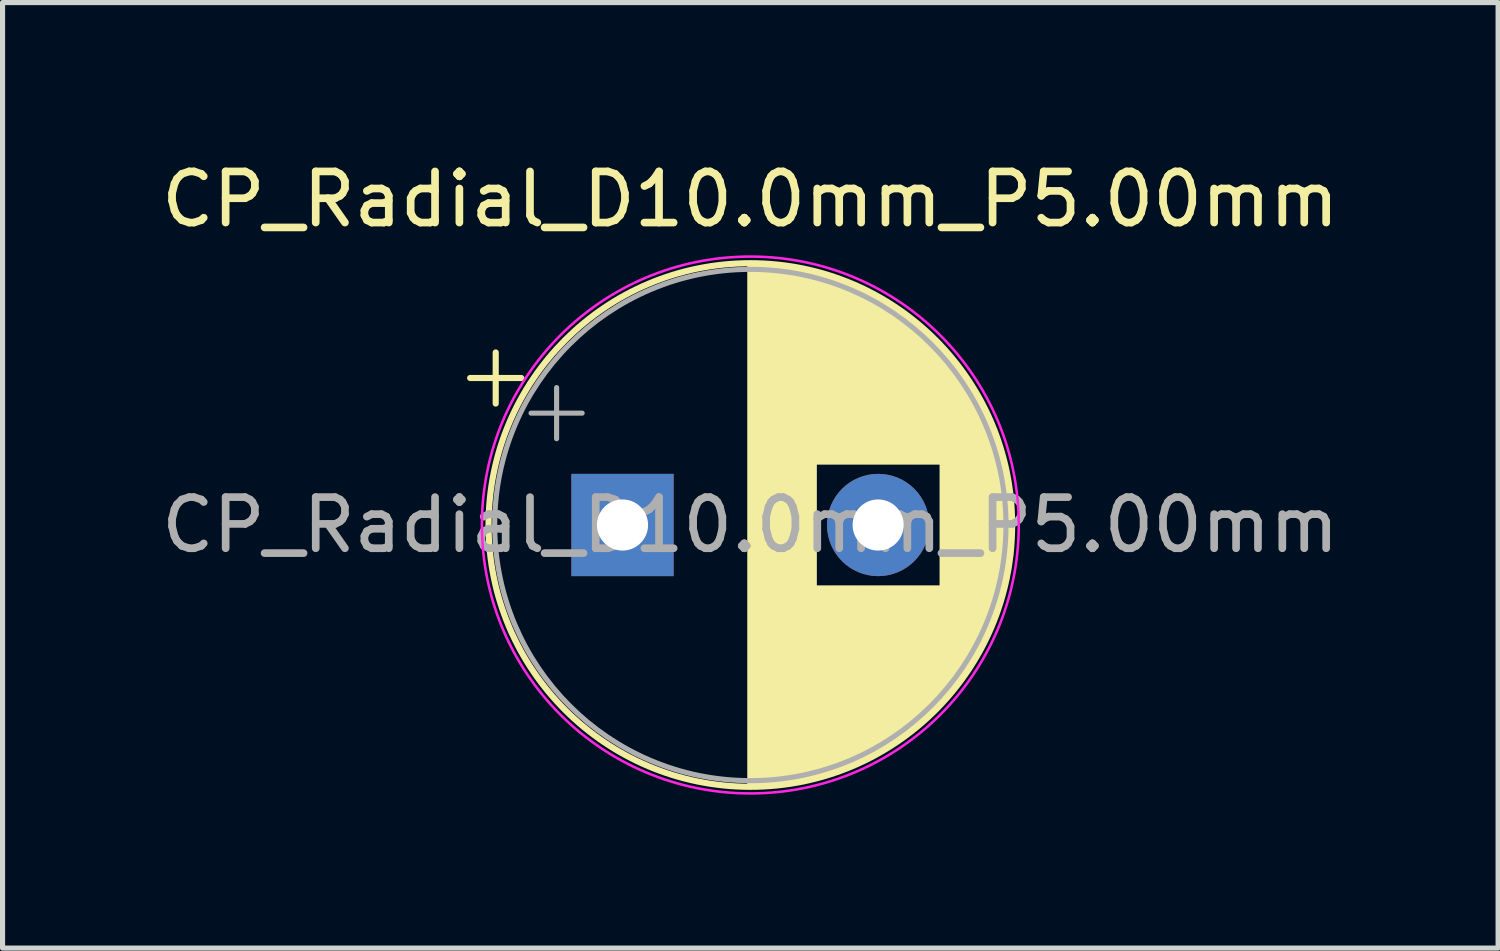
<source format=kicad_pcb>
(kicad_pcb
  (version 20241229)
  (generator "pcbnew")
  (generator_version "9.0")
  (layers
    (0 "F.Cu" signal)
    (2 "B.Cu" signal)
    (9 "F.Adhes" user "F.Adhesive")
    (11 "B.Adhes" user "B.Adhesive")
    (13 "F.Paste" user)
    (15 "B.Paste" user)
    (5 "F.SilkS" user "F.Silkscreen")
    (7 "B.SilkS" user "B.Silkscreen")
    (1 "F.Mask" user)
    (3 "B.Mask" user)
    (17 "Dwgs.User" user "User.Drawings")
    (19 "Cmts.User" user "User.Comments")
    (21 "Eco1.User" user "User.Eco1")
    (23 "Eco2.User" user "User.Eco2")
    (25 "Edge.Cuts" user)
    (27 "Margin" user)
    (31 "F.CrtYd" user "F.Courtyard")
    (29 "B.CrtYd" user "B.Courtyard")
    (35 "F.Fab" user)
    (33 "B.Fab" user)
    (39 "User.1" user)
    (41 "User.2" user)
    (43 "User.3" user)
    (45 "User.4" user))
  (footprint "CP_Radial_D10.0mm_P5.00mm"
    (layer "F.Cu")
    (at 9.125 7.218)
    (property "Reference" "CP_Radial_D10.0mm_P5.00mm" (at 2.5 -6.37 0) (layer "F.SilkS") (effects (font (size 1 1) (thickness 0.15))))
    (attr through_hole)
    (fp_line (start -2.98 -2.875) (end -1.98 -2.875) (stroke (width 0.12) (type solid)) (layer "F.SilkS"))
    (fp_line (start -2.48 -3.375) (end -2.48 -2.375) (stroke (width 0.12) (type solid)) (layer "F.SilkS"))
    (fp_line (start 2.5 -5.08) (end 2.5 5.08) (stroke (width 0.12) (type solid)) (layer "F.SilkS"))
    (fp_line (start 2.54 -5.08) (end 2.54 5.08) (stroke (width 0.12) (type solid)) (layer "F.SilkS"))
    (fp_line (start 2.58 -5.08) (end 2.58 5.08) (stroke (width 0.12) (type solid)) (layer "F.SilkS"))
    (fp_line (start 2.62 -5.079) (end 2.62 5.079) (stroke (width 0.12) (type solid)) (layer "F.SilkS"))
    (fp_line (start 2.66 -5.078) (end 2.66 5.078) (stroke (width 0.12) (type solid)) (layer "F.SilkS"))
    (fp_line (start 2.7 -5.077) (end 2.7 5.077) (stroke (width 0.12) (type solid)) (layer "F.SilkS"))
    (fp_line (start 2.74 -5.075) (end 2.74 5.075) (stroke (width 0.12) (type solid)) (layer "F.SilkS"))
    (fp_line (start 2.78 -5.073) (end 2.78 5.073) (stroke (width 0.12) (type solid)) (layer "F.SilkS"))
    (fp_line (start 2.82 -5.07) (end 2.82 5.07) (stroke (width 0.12) (type solid)) (layer "F.SilkS"))
    (fp_line (start 2.86 -5.068) (end 2.86 5.068) (stroke (width 0.12) (type solid)) (layer "F.SilkS"))
    (fp_line (start 2.9 -5.065) (end 2.9 5.065) (stroke (width 0.12) (type solid)) (layer "F.SilkS"))
    (fp_line (start 2.94 -5.062) (end 2.94 5.062) (stroke (width 0.12) (type solid)) (layer "F.SilkS"))
    (fp_line (start 2.98 -5.058) (end 2.98 5.058) (stroke (width 0.12) (type solid)) (layer "F.SilkS"))
    (fp_line (start 3.02 -5.054) (end 3.02 5.054) (stroke (width 0.12) (type solid)) (layer "F.SilkS"))
    (fp_line (start 3.06 -5.05) (end 3.06 5.05) (stroke (width 0.12) (type solid)) (layer "F.SilkS"))
    (fp_line (start 3.1 -5.045) (end 3.1 5.045) (stroke (width 0.12) (type solid)) (layer "F.SilkS"))
    (fp_line (start 3.14 -5.04) (end 3.14 5.04) (stroke (width 0.12) (type solid)) (layer "F.SilkS"))
    (fp_line (start 3.18 -5.035) (end 3.18 5.035) (stroke (width 0.12) (type solid)) (layer "F.SilkS"))
    (fp_line (start 3.221 -5.03) (end 3.221 5.03) (stroke (width 0.12) (type solid)) (layer "F.SilkS"))
    (fp_line (start 3.261 -5.024) (end 3.261 5.024) (stroke (width 0.12) (type solid)) (layer "F.SilkS"))
    (fp_line (start 3.301 -5.018) (end 3.301 5.018) (stroke (width 0.12) (type solid)) (layer "F.SilkS"))
    (fp_line (start 3.341 -5.011) (end 3.341 5.011) (stroke (width 0.12) (type solid)) (layer "F.SilkS"))
    (fp_line (start 3.381 -5.004) (end 3.381 5.004) (stroke (width 0.12) (type solid)) (layer "F.SilkS"))
    (fp_line (start 3.421 -4.997) (end 3.421 4.997) (stroke (width 0.12) (type solid)) (layer "F.SilkS"))
    (fp_line (start 3.461 -4.99) (end 3.461 4.99) (stroke (width 0.12) (type solid)) (layer "F.SilkS"))
    (fp_line (start 3.501 -4.982) (end 3.501 4.982) (stroke (width 0.12) (type solid)) (layer "F.SilkS"))
    (fp_line (start 3.541 -4.974) (end 3.541 4.974) (stroke (width 0.12) (type solid)) (layer "F.SilkS"))
    (fp_line (start 3.581 -4.965) (end 3.581 4.965) (stroke (width 0.12) (type solid)) (layer "F.SilkS"))
    (fp_line (start 3.621 -4.956) (end 3.621 4.956) (stroke (width 0.12) (type solid)) (layer "F.SilkS"))
    (fp_line (start 3.661 -4.947) (end 3.661 4.947) (stroke (width 0.12) (type solid)) (layer "F.SilkS"))
    (fp_line (start 3.701 -4.938) (end 3.701 4.938) (stroke (width 0.12) (type solid)) (layer "F.SilkS"))
    (fp_line (start 3.741 -4.928) (end 3.741 4.928) (stroke (width 0.12) (type solid)) (layer "F.SilkS"))
    (fp_line (start 3.781 -4.918) (end 3.781 -1.241) (stroke (width 0.12) (type solid)) (layer "F.SilkS"))
    (fp_line (start 3.781 1.241) (end 3.781 4.918) (stroke (width 0.12) (type solid)) (layer "F.SilkS"))
    (fp_line (start 3.821 -4.907) (end 3.821 -1.241) (stroke (width 0.12) (type solid)) (layer "F.SilkS"))
    (fp_line (start 3.821 1.241) (end 3.821 4.907) (stroke (width 0.12) (type solid)) (layer "F.SilkS"))
    (fp_line (start 3.861 -4.897) (end 3.861 -1.241) (stroke (width 0.12) (type solid)) (layer "F.SilkS"))
    (fp_line (start 3.861 1.241) (end 3.861 4.897) (stroke (width 0.12) (type solid)) (layer "F.SilkS"))
    (fp_line (start 3.901 -4.885) (end 3.901 -1.241) (stroke (width 0.12) (type solid)) (layer "F.SilkS"))
    (fp_line (start 3.901 1.241) (end 3.901 4.885) (stroke (width 0.12) (type solid)) (layer "F.SilkS"))
    (fp_line (start 3.941 -4.874) (end 3.941 -1.241) (stroke (width 0.12) (type solid)) (layer "F.SilkS"))
    (fp_line (start 3.941 1.241) (end 3.941 4.874) (stroke (width 0.12) (type solid)) (layer "F.SilkS"))
    (fp_line (start 3.981 -4.862) (end 3.981 -1.241) (stroke (width 0.12) (type solid)) (layer "F.SilkS"))
    (fp_line (start 3.981 1.241) (end 3.981 4.862) (stroke (width 0.12) (type solid)) (layer "F.SilkS"))
    (fp_line (start 4.021 -4.85) (end 4.021 -1.241) (stroke (width 0.12) (type solid)) (layer "F.SilkS"))
    (fp_line (start 4.021 1.241) (end 4.021 4.85) (stroke (width 0.12) (type solid)) (layer "F.SilkS"))
    (fp_line (start 4.061 -4.837) (end 4.061 -1.241) (stroke (width 0.12) (type solid)) (layer "F.SilkS"))
    (fp_line (start 4.061 1.241) (end 4.061 4.837) (stroke (width 0.12) (type solid)) (layer "F.SilkS"))
    (fp_line (start 4.101 -4.824) (end 4.101 -1.241) (stroke (width 0.12) (type solid)) (layer "F.SilkS"))
    (fp_line (start 4.101 1.241) (end 4.101 4.824) (stroke (width 0.12) (type solid)) (layer "F.SilkS"))
    (fp_line (start 4.141 -4.811) (end 4.141 -1.241) (stroke (width 0.12) (type solid)) (layer "F.SilkS"))
    (fp_line (start 4.141 1.241) (end 4.141 4.811) (stroke (width 0.12) (type solid)) (layer "F.SilkS"))
    (fp_line (start 4.181 -4.797) (end 4.181 -1.241) (stroke (width 0.12) (type solid)) (layer "F.SilkS"))
    (fp_line (start 4.181 1.241) (end 4.181 4.797) (stroke (width 0.12) (type solid)) (layer "F.SilkS"))
    (fp_line (start 4.221 -4.783) (end 4.221 -1.241) (stroke (width 0.12) (type solid)) (layer "F.SilkS"))
    (fp_line (start 4.221 1.241) (end 4.221 4.783) (stroke (width 0.12) (type solid)) (layer "F.SilkS"))
    (fp_line (start 4.261 -4.768) (end 4.261 -1.241) (stroke (width 0.12) (type solid)) (layer "F.SilkS"))
    (fp_line (start 4.261 1.241) (end 4.261 4.768) (stroke (width 0.12) (type solid)) (layer "F.SilkS"))
    (fp_line (start 4.301 -4.754) (end 4.301 -1.241) (stroke (width 0.12) (type solid)) (layer "F.SilkS"))
    (fp_line (start 4.301 1.241) (end 4.301 4.754) (stroke (width 0.12) (type solid)) (layer "F.SilkS"))
    (fp_line (start 4.341 -4.738) (end 4.341 -1.241) (stroke (width 0.12) (type solid)) (layer "F.SilkS"))
    (fp_line (start 4.341 1.241) (end 4.341 4.738) (stroke (width 0.12) (type solid)) (layer "F.SilkS"))
    (fp_line (start 4.381 -4.723) (end 4.381 -1.241) (stroke (width 0.12) (type solid)) (layer "F.SilkS"))
    (fp_line (start 4.381 1.241) (end 4.381 4.723) (stroke (width 0.12) (type solid)) (layer "F.SilkS"))
    (fp_line (start 4.421 -4.707) (end 4.421 -1.241) (stroke (width 0.12) (type solid)) (layer "F.SilkS"))
    (fp_line (start 4.421 1.241) (end 4.421 4.707) (stroke (width 0.12) (type solid)) (layer "F.SilkS"))
    (fp_line (start 4.461 -4.69) (end 4.461 -1.241) (stroke (width 0.12) (type solid)) (layer "F.SilkS"))
    (fp_line (start 4.461 1.241) (end 4.461 4.69) (stroke (width 0.12) (type solid)) (layer "F.SilkS"))
    (fp_line (start 4.501 -4.674) (end 4.501 -1.241) (stroke (width 0.12) (type solid)) (layer "F.SilkS"))
    (fp_line (start 4.501 1.241) (end 4.501 4.674) (stroke (width 0.12) (type solid)) (layer "F.SilkS"))
    (fp_line (start 4.541 -4.657) (end 4.541 -1.241) (stroke (width 0.12) (type solid)) (layer "F.SilkS"))
    (fp_line (start 4.541 1.241) (end 4.541 4.657) (stroke (width 0.12) (type solid)) (layer "F.SilkS"))
    (fp_line (start 4.581 -4.639) (end 4.581 -1.241) (stroke (width 0.12) (type solid)) (layer "F.SilkS"))
    (fp_line (start 4.581 1.241) (end 4.581 4.639) (stroke (width 0.12) (type solid)) (layer "F.SilkS"))
    (fp_line (start 4.621 -4.621) (end 4.621 -1.241) (stroke (width 0.12) (type solid)) (layer "F.SilkS"))
    (fp_line (start 4.621 1.241) (end 4.621 4.621) (stroke (width 0.12) (type solid)) (layer "F.SilkS"))
    (fp_line (start 4.661 -4.603) (end 4.661 -1.241) (stroke (width 0.12) (type solid)) (layer "F.SilkS"))
    (fp_line (start 4.661 1.241) (end 4.661 4.603) (stroke (width 0.12) (type solid)) (layer "F.SilkS"))
    (fp_line (start 4.701 -4.584) (end 4.701 -1.241) (stroke (width 0.12) (type solid)) (layer "F.SilkS"))
    (fp_line (start 4.701 1.241) (end 4.701 4.584) (stroke (width 0.12) (type solid)) (layer "F.SilkS"))
    (fp_line (start 4.741 -4.564) (end 4.741 -1.241) (stroke (width 0.12) (type solid)) (layer "F.SilkS"))
    (fp_line (start 4.741 1.241) (end 4.741 4.564) (stroke (width 0.12) (type solid)) (layer "F.SilkS"))
    (fp_line (start 4.781 -4.545) (end 4.781 -1.241) (stroke (width 0.12) (type solid)) (layer "F.SilkS"))
    (fp_line (start 4.781 1.241) (end 4.781 4.545) (stroke (width 0.12) (type solid)) (layer "F.SilkS"))
    (fp_line (start 4.821 -4.525) (end 4.821 -1.241) (stroke (width 0.12) (type solid)) (layer "F.SilkS"))
    (fp_line (start 4.821 1.241) (end 4.821 4.525) (stroke (width 0.12) (type solid)) (layer "F.SilkS"))
    (fp_line (start 4.861 -4.504) (end 4.861 -1.241) (stroke (width 0.12) (type solid)) (layer "F.SilkS"))
    (fp_line (start 4.861 1.241) (end 4.861 4.504) (stroke (width 0.12) (type solid)) (layer "F.SilkS"))
    (fp_line (start 4.901 -4.483) (end 4.901 -1.241) (stroke (width 0.12) (type solid)) (layer "F.SilkS"))
    (fp_line (start 4.901 1.241) (end 4.901 4.483) (stroke (width 0.12) (type solid)) (layer "F.SilkS"))
    (fp_line (start 4.941 -4.462) (end 4.941 -1.241) (stroke (width 0.12) (type solid)) (layer "F.SilkS"))
    (fp_line (start 4.941 1.241) (end 4.941 4.462) (stroke (width 0.12) (type solid)) (layer "F.SilkS"))
    (fp_line (start 4.981 -4.44) (end 4.981 -1.241) (stroke (width 0.12) (type solid)) (layer "F.SilkS"))
    (fp_line (start 4.981 1.241) (end 4.981 4.44) (stroke (width 0.12) (type solid)) (layer "F.SilkS"))
    (fp_line (start 5.021 -4.417) (end 5.021 -1.241) (stroke (width 0.12) (type solid)) (layer "F.SilkS"))
    (fp_line (start 5.021 1.241) (end 5.021 4.417) (stroke (width 0.12) (type solid)) (layer "F.SilkS"))
    (fp_line (start 5.061 -4.395) (end 5.061 -1.241) (stroke (width 0.12) (type solid)) (layer "F.SilkS"))
    (fp_line (start 5.061 1.241) (end 5.061 4.395) (stroke (width 0.12) (type solid)) (layer "F.SilkS"))
    (fp_line (start 5.101 -4.371) (end 5.101 -1.241) (stroke (width 0.12) (type solid)) (layer "F.SilkS"))
    (fp_line (start 5.101 1.241) (end 5.101 4.371) (stroke (width 0.12) (type solid)) (layer "F.SilkS"))
    (fp_line (start 5.141 -4.347) (end 5.141 -1.241) (stroke (width 0.12) (type solid)) (layer "F.SilkS"))
    (fp_line (start 5.141 1.241) (end 5.141 4.347) (stroke (width 0.12) (type solid)) (layer "F.SilkS"))
    (fp_line (start 5.181 -4.323) (end 5.181 -1.241) (stroke (width 0.12) (type solid)) (layer "F.SilkS"))
    (fp_line (start 5.181 1.241) (end 5.181 4.323) (stroke (width 0.12) (type solid)) (layer "F.SilkS"))
    (fp_line (start 5.221 -4.298) (end 5.221 -1.241) (stroke (width 0.12) (type solid)) (layer "F.SilkS"))
    (fp_line (start 5.221 1.241) (end 5.221 4.298) (stroke (width 0.12) (type solid)) (layer "F.SilkS"))
    (fp_line (start 5.261 -4.273) (end 5.261 -1.241) (stroke (width 0.12) (type solid)) (layer "F.SilkS"))
    (fp_line (start 5.261 1.241) (end 5.261 4.273) (stroke (width 0.12) (type solid)) (layer "F.SilkS"))
    (fp_line (start 5.301 -4.247) (end 5.301 -1.241) (stroke (width 0.12) (type solid)) (layer "F.SilkS"))
    (fp_line (start 5.301 1.241) (end 5.301 4.247) (stroke (width 0.12) (type solid)) (layer "F.SilkS"))
    (fp_line (start 5.341 -4.221) (end 5.341 -1.241) (stroke (width 0.12) (type solid)) (layer "F.SilkS"))
    (fp_line (start 5.341 1.241) (end 5.341 4.221) (stroke (width 0.12) (type solid)) (layer "F.SilkS"))
    (fp_line (start 5.381 -4.194) (end 5.381 -1.241) (stroke (width 0.12) (type solid)) (layer "F.SilkS"))
    (fp_line (start 5.381 1.241) (end 5.381 4.194) (stroke (width 0.12) (type solid)) (layer "F.SilkS"))
    (fp_line (start 5.421 -4.166) (end 5.421 -1.241) (stroke (width 0.12) (type solid)) (layer "F.SilkS"))
    (fp_line (start 5.421 1.241) (end 5.421 4.166) (stroke (width 0.12) (type solid)) (layer "F.SilkS"))
    (fp_line (start 5.461 -4.138) (end 5.461 -1.241) (stroke (width 0.12) (type solid)) (layer "F.SilkS"))
    (fp_line (start 5.461 1.241) (end 5.461 4.138) (stroke (width 0.12) (type solid)) (layer "F.SilkS"))
    (fp_line (start 5.501 -4.11) (end 5.501 -1.241) (stroke (width 0.12) (type solid)) (layer "F.SilkS"))
    (fp_line (start 5.501 1.241) (end 5.501 4.11) (stroke (width 0.12) (type solid)) (layer "F.SilkS"))
    (fp_line (start 5.541 -4.08) (end 5.541 -1.241) (stroke (width 0.12) (type solid)) (layer "F.SilkS"))
    (fp_line (start 5.541 1.241) (end 5.541 4.08) (stroke (width 0.12) (type solid)) (layer "F.SilkS"))
    (fp_line (start 5.581 -4.05) (end 5.581 -1.241) (stroke (width 0.12) (type solid)) (layer "F.SilkS"))
    (fp_line (start 5.581 1.241) (end 5.581 4.05) (stroke (width 0.12) (type solid)) (layer "F.SilkS"))
    (fp_line (start 5.621 -4.02) (end 5.621 -1.241) (stroke (width 0.12) (type solid)) (layer "F.SilkS"))
    (fp_line (start 5.621 1.241) (end 5.621 4.02) (stroke (width 0.12) (type solid)) (layer "F.SilkS"))
    (fp_line (start 5.661 -3.989) (end 5.661 -1.241) (stroke (width 0.12) (type solid)) (layer "F.SilkS"))
    (fp_line (start 5.661 1.241) (end 5.661 3.989) (stroke (width 0.12) (type solid)) (layer "F.SilkS"))
    (fp_line (start 5.701 -3.957) (end 5.701 -1.241) (stroke (width 0.12) (type solid)) (layer "F.SilkS"))
    (fp_line (start 5.701 1.241) (end 5.701 3.957) (stroke (width 0.12) (type solid)) (layer "F.SilkS"))
    (fp_line (start 5.741 -3.925) (end 5.741 -1.241) (stroke (width 0.12) (type solid)) (layer "F.SilkS"))
    (fp_line (start 5.741 1.241) (end 5.741 3.925) (stroke (width 0.12) (type solid)) (layer "F.SilkS"))
    (fp_line (start 5.781 -3.892) (end 5.781 -1.241) (stroke (width 0.12) (type solid)) (layer "F.SilkS"))
    (fp_line (start 5.781 1.241) (end 5.781 3.892) (stroke (width 0.12) (type solid)) (layer "F.SilkS"))
    (fp_line (start 5.821 -3.858) (end 5.821 -1.241) (stroke (width 0.12) (type solid)) (layer "F.SilkS"))
    (fp_line (start 5.821 1.241) (end 5.821 3.858) (stroke (width 0.12) (type solid)) (layer "F.SilkS"))
    (fp_line (start 5.861 -3.824) (end 5.861 -1.241) (stroke (width 0.12) (type solid)) (layer "F.SilkS"))
    (fp_line (start 5.861 1.241) (end 5.861 3.824) (stroke (width 0.12) (type solid)) (layer "F.SilkS"))
    (fp_line (start 5.901 -3.789) (end 5.901 -1.241) (stroke (width 0.12) (type solid)) (layer "F.SilkS"))
    (fp_line (start 5.901 1.241) (end 5.901 3.789) (stroke (width 0.12) (type solid)) (layer "F.SilkS"))
    (fp_line (start 5.941 -3.753) (end 5.941 -1.241) (stroke (width 0.12) (type solid)) (layer "F.SilkS"))
    (fp_line (start 5.941 1.241) (end 5.941 3.753) (stroke (width 0.12) (type solid)) (layer "F.SilkS"))
    (fp_line (start 5.981 -3.716) (end 5.981 -1.241) (stroke (width 0.12) (type solid)) (layer "F.SilkS"))
    (fp_line (start 5.981 1.241) (end 5.981 3.716) (stroke (width 0.12) (type solid)) (layer "F.SilkS"))
    (fp_line (start 6.021 -3.679) (end 6.021 -1.241) (stroke (width 0.12) (type solid)) (layer "F.SilkS"))
    (fp_line (start 6.021 1.241) (end 6.021 3.679) (stroke (width 0.12) (type solid)) (layer "F.SilkS"))
    (fp_line (start 6.061 -3.64) (end 6.061 -1.241) (stroke (width 0.12) (type solid)) (layer "F.SilkS"))
    (fp_line (start 6.061 1.241) (end 6.061 3.64) (stroke (width 0.12) (type solid)) (layer "F.SilkS"))
    (fp_line (start 6.101 -3.601) (end 6.101 -1.241) (stroke (width 0.12) (type solid)) (layer "F.SilkS"))
    (fp_line (start 6.101 1.241) (end 6.101 3.601) (stroke (width 0.12) (type solid)) (layer "F.SilkS"))
    (fp_line (start 6.141 -3.561) (end 6.141 -1.241) (stroke (width 0.12) (type solid)) (layer "F.SilkS"))
    (fp_line (start 6.141 1.241) (end 6.141 3.561) (stroke (width 0.12) (type solid)) (layer "F.SilkS"))
    (fp_line (start 6.181 -3.52) (end 6.181 -1.241) (stroke (width 0.12) (type solid)) (layer "F.SilkS"))
    (fp_line (start 6.181 1.241) (end 6.181 3.52) (stroke (width 0.12) (type solid)) (layer "F.SilkS"))
    (fp_line (start 6.221 -3.478) (end 6.221 -1.241) (stroke (width 0.12) (type solid)) (layer "F.SilkS"))
    (fp_line (start 6.221 1.241) (end 6.221 3.478) (stroke (width 0.12) (type solid)) (layer "F.SilkS"))
    (fp_line (start 6.261 -3.436) (end 6.261 3.436) (stroke (width 0.12) (type solid)) (layer "F.SilkS"))
    (fp_line (start 6.301 -3.392) (end 6.301 3.392) (stroke (width 0.12) (type solid)) (layer "F.SilkS"))
    (fp_line (start 6.341 -3.347) (end 6.341 3.347) (stroke (width 0.12) (type solid)) (layer "F.SilkS"))
    (fp_line (start 6.381 -3.301) (end 6.381 3.301) (stroke (width 0.12) (type solid)) (layer "F.SilkS"))
    (fp_line (start 6.421 -3.254) (end 6.421 3.254) (stroke (width 0.12) (type solid)) (layer "F.SilkS"))
    (fp_line (start 6.461 -3.206) (end 6.461 3.206) (stroke (width 0.12) (type solid)) (layer "F.SilkS"))
    (fp_line (start 6.501 -3.156) (end 6.501 3.156) (stroke (width 0.12) (type solid)) (layer "F.SilkS"))
    (fp_line (start 6.541 -3.106) (end 6.541 3.106) (stroke (width 0.12) (type solid)) (layer "F.SilkS"))
    (fp_line (start 6.581 -3.054) (end 6.581 3.054) (stroke (width 0.12) (type solid)) (layer "F.SilkS"))
    (fp_line (start 6.621 -3) (end 6.621 3) (stroke (width 0.12) (type solid)) (layer "F.SilkS"))
    (fp_line (start 6.661 -2.945) (end 6.661 2.945) (stroke (width 0.12) (type solid)) (layer "F.SilkS"))
    (fp_line (start 6.701 -2.889) (end 6.701 2.889) (stroke (width 0.12) (type solid)) (layer "F.SilkS"))
    (fp_line (start 6.741 -2.83) (end 6.741 2.83) (stroke (width 0.12) (type solid)) (layer "F.SilkS"))
    (fp_line (start 6.781 -2.77) (end 6.781 2.77) (stroke (width 0.12) (type solid)) (layer "F.SilkS"))
    (fp_line (start 6.821 -2.709) (end 6.821 2.709) (stroke (width 0.12) (type solid)) (layer "F.SilkS"))
    (fp_line (start 6.861 -2.645) (end 6.861 2.645) (stroke (width 0.12) (type solid)) (layer "F.SilkS"))
    (fp_line (start 6.901 -2.579) (end 6.901 2.579) (stroke (width 0.12) (type solid)) (layer "F.SilkS"))
    (fp_line (start 6.941 -2.51) (end 6.941 2.51) (stroke (width 0.12) (type solid)) (layer "F.SilkS"))
    (fp_line (start 6.981 -2.439) (end 6.981 2.439) (stroke (width 0.12) (type solid)) (layer "F.SilkS"))
    (fp_line (start 7.021 -2.365) (end 7.021 2.365) (stroke (width 0.12) (type solid)) (layer "F.SilkS"))
    (fp_line (start 7.061 -2.289) (end 7.061 2.289) (stroke (width 0.12) (type solid)) (layer "F.SilkS"))
    (fp_line (start 7.101 -2.209) (end 7.101 2.209) (stroke (width 0.12) (type solid)) (layer "F.SilkS"))
    (fp_line (start 7.141 -2.125) (end 7.141 2.125) (stroke (width 0.12) (type solid)) (layer "F.SilkS"))
    (fp_line (start 7.181 -2.037) (end 7.181 2.037) (stroke (width 0.12) (type solid)) (layer "F.SilkS"))
    (fp_line (start 7.221 -1.944) (end 7.221 1.944) (stroke (width 0.12) (type solid)) (layer "F.SilkS"))
    (fp_line (start 7.261 -1.846) (end 7.261 1.846) (stroke (width 0.12) (type solid)) (layer "F.SilkS"))
    (fp_line (start 7.301 -1.742) (end 7.301 1.742) (stroke (width 0.12) (type solid)) (layer "F.SilkS"))
    (fp_line (start 7.341 -1.63) (end 7.341 1.63) (stroke (width 0.12) (type solid)) (layer "F.SilkS"))
    (fp_line (start 7.381 -1.51) (end 7.381 1.51) (stroke (width 0.12) (type solid)) (layer "F.SilkS"))
    (fp_line (start 7.421 -1.378) (end 7.421 1.378) (stroke (width 0.12) (type solid)) (layer "F.SilkS"))
    (fp_line (start 7.461 -1.23) (end 7.461 1.23) (stroke (width 0.12) (type solid)) (layer "F.SilkS"))
    (fp_line (start 7.501 -1.062) (end 7.501 1.062) (stroke (width 0.12) (type solid)) (layer "F.SilkS"))
    (fp_line (start 7.541 -0.862) (end 7.541 0.862) (stroke (width 0.12) (type solid)) (layer "F.SilkS"))
    (fp_line (start 7.581 -0.599) (end 7.581 0.599) (stroke (width 0.12) (type solid)) (layer "F.SilkS"))
    (fp_circle (center 2.5 0) (end 7.62 0) (stroke (width 0.12) (type solid)) (fill no) (layer "F.SilkS"))
    (fp_circle (center 2.5 0) (end 7.75 0) (stroke (width 0.05) (type solid)) (fill no) (layer "F.CrtYd"))
    (fp_line (start -1.789 -2.188) (end -0.789 -2.188) (stroke (width 0.1) (type solid)) (layer "F.Fab"))
    (fp_line (start -1.289 -2.688) (end -1.289 -1.688) (stroke (width 0.1) (type solid)) (layer "F.Fab"))
    (fp_circle (center 2.5 0) (end 7.5 0) (stroke (width 0.1) (type solid)) (fill no) (layer "F.Fab"))
    (fp_text user "${REFERENCE}" (at 2.5 0 0) (layer "F.Fab") (effects (font (size 1 1) (thickness 0.15))))
    (pad "1" thru_hole rect (at 0 0) (size 2 2) (drill 1) (layers "*.Cu" "*.Mask"))
    (pad "2" thru_hole circle (at 5 0) (size 2 2) (drill 1) (layers "*.Cu" "*.Mask")))
  (gr_rect
    (start -3 -3)
    (end 26.25 15.493)
    (stroke (width 0.1) (type default))
    (fill no)
    (layer "Edge.Cuts")))
</source>
